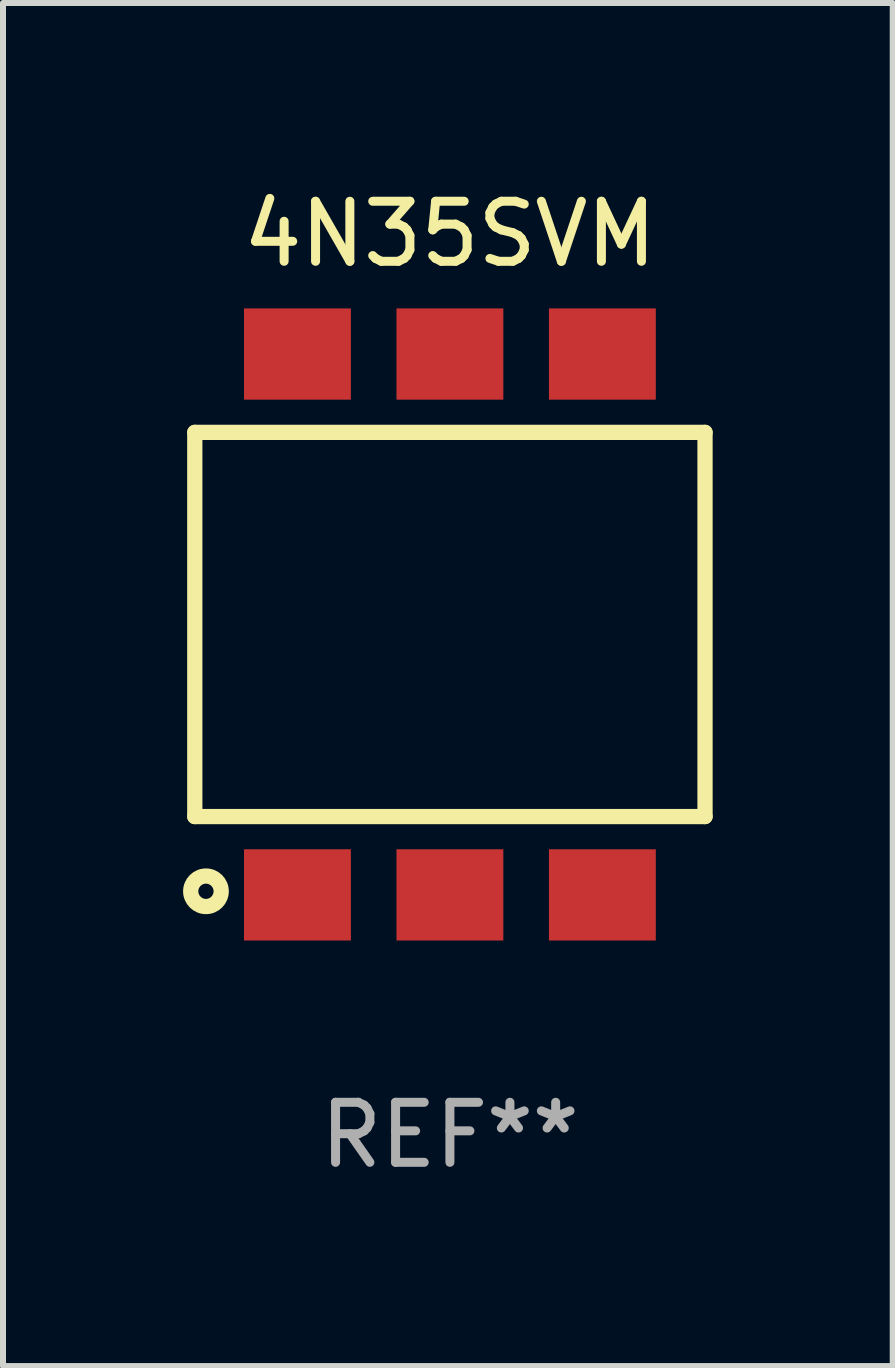
<source format=kicad_pcb>
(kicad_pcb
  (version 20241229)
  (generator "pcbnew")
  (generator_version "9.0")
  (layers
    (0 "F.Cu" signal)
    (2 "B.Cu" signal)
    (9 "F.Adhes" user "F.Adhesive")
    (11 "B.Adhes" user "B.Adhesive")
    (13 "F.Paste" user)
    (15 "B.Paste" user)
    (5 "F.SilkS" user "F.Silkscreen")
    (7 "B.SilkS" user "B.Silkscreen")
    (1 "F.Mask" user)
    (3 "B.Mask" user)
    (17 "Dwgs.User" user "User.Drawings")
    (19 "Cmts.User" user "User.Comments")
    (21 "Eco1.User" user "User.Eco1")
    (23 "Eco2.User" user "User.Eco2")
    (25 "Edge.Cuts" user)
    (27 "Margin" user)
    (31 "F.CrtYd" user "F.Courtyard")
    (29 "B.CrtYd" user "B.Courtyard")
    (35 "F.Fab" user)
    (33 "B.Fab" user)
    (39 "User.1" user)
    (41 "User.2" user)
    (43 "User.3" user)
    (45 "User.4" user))
  (footprint "4N35SVM"
    (layer "F.Cu")
    (at 4.445 7.353)
    (property "Reference" "4N35SVM" (at 0 -6.505 0) (layer "F.SilkS") (effects (font (size 1 1) (thickness 0.15))))
    (attr through_hole)
    (fp_line (start -4.25 3.2) (end -4.25 -3.2) (stroke (width 0.254) (type solid)) (layer "F.SilkS"))
    (fp_line (start -4.25 -3.2) (end 4.25 -3.2) (stroke (width 0.254) (type solid)) (layer "F.SilkS"))
    (fp_line (start 4.25 3.2) (end -4.25 3.2) (stroke (width 0.254) (type solid)) (layer "F.SilkS"))
    (fp_line (start 4.25 3.2) (end 4.25 -3.2) (stroke (width 0.254) (type solid)) (layer "F.SilkS"))
    (fp_circle (center -4.064 4.445) (end -3.81 4.445) (stroke (width 0.254) (type solid)) (fill no) (layer "F.SilkS"))
    (fp_text user "REF**" (at 0 8.505 0) (layer "F.Fab") (effects (font (size 1 1) (thickness 0.15))))
    (pad "1" smd rect (at -2.54 4.505) (size 1.78 1.52) (layers "F.Cu" "F.Mask" "F.Paste"))
    (pad "2" smd rect (at 0 4.505) (size 1.78 1.52) (layers "F.Cu" "F.Mask" "F.Paste"))
    (pad "3" smd rect (at 2.54 4.505) (size 1.78 1.52) (layers "F.Cu" "F.Mask" "F.Paste"))
    (pad "4" smd rect (at 2.54 -4.505) (size 1.78 1.52) (layers "F.Cu" "F.Mask" "F.Paste"))
    (pad "5" smd rect (at 0 -4.505) (size 1.78 1.52) (layers "F.Cu" "F.Mask" "F.Paste"))
    (pad "6" smd rect (at -2.54 -4.505) (size 1.78 1.52) (layers "F.Cu" "F.Mask" "F.Paste")))
  (gr_rect
    (start -3 -3)
    (end 11.822 19.707)
    (stroke (width 0.1) (type default))
    (fill no)
    (layer "Edge.Cuts")))
</source>
